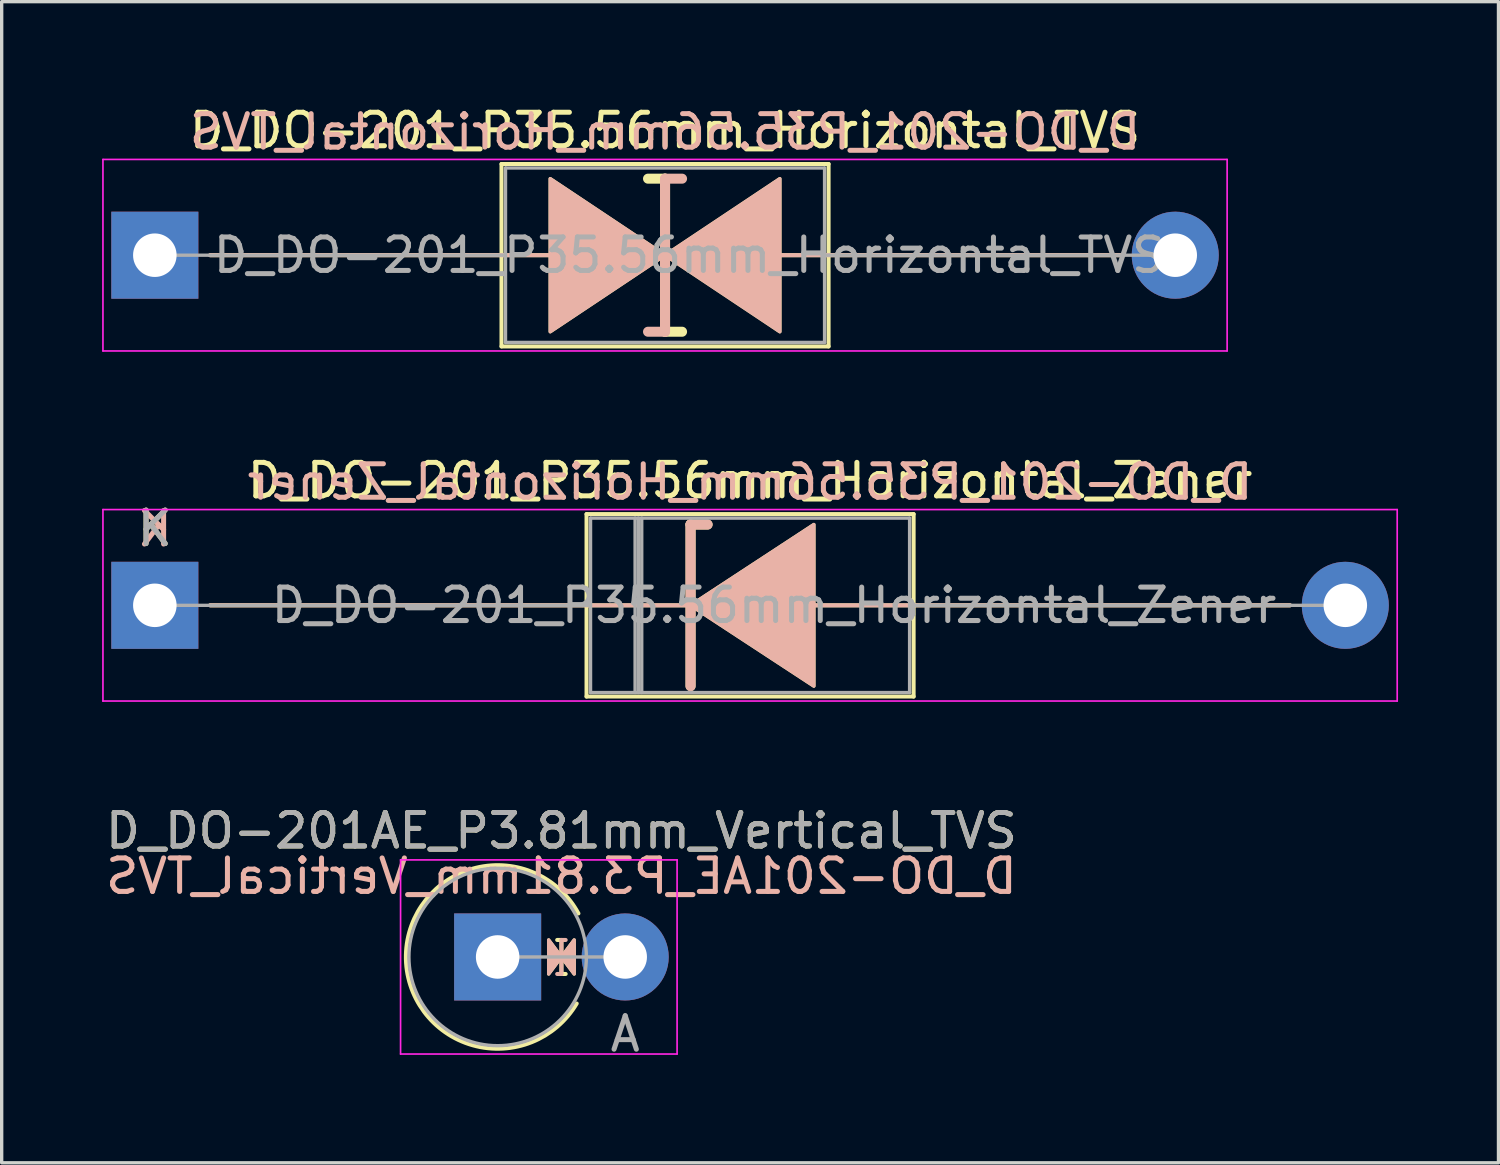
<source format=kicad_pcb>
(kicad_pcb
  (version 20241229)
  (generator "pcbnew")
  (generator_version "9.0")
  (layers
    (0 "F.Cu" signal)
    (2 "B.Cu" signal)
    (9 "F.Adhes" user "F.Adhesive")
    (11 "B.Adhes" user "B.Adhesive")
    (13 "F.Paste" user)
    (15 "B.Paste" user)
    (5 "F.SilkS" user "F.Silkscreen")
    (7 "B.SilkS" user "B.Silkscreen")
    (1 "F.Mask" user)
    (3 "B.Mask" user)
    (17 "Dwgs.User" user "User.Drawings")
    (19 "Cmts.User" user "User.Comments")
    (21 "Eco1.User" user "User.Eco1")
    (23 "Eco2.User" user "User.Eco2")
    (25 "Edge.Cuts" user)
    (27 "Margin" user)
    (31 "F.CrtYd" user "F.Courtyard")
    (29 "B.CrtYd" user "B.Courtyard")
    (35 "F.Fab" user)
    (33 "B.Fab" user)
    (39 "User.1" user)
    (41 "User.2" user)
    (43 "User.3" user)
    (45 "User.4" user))
  (footprint "D_DO-201AE_P3.81mm_Vertical_TVS"
    (layer "F.Cu")
    (at 11.815 25.535)
    (property "Reference" "D_DO-201AE_P3.81mm_Vertical_TVS" (at 1.905 -3.77 0) (layer "F.SilkS") (effects (font (size 1 1) (thickness 0.15))))
    (fp_line (start 1.778 -0.508) (end 1.905 -0.508) (stroke (width 0.12) (type solid)) (layer "F.SilkS"))
    (fp_line (start 1.905 -0.508) (end 1.905 0.508) (stroke (width 0.12) (type solid)) (layer "F.SilkS"))
    (fp_line (start 1.905 0.508) (end 2.032 0.508) (stroke (width 0.12) (type solid)) (layer "F.SilkS"))
    (fp_arc (start 2.361782 1.391144) (mid -2.74054 -0.052312) (end 2.413151 -1.3) (stroke (width 0.12) (type solid)) (layer "F.SilkS"))
    (fp_poly (pts (xy 1.524 -0.508) (xy 1.905 0) (xy 1.524 0.508)) (stroke (width 0.1) (type solid)) (fill yes) (layer "F.SilkS"))
    (fp_poly (pts (xy 2.286 0.508) (xy 1.905 0) (xy 2.286 -0.508)) (stroke (width 0.1) (type solid)) (fill yes) (layer "F.SilkS"))
    (fp_line (start 1.778 0.508) (end 1.905 0.508) (stroke (width 0.12) (type solid)) (layer "B.SilkS"))
    (fp_line (start 1.905 -0.508) (end 2.032 -0.508) (stroke (width 0.12) (type solid)) (layer "B.SilkS"))
    (fp_line (start 1.905 0.508) (end 1.905 -0.508) (stroke (width 0.12) (type solid)) (layer "B.SilkS"))
    (fp_poly (pts (xy 1.524 0.508) (xy 1.905 0) (xy 1.524 -0.508)) (stroke (width 0.1) (type solid)) (fill yes) (layer "B.SilkS"))
    (fp_poly (pts (xy 2.286 -0.508) (xy 1.905 0) (xy 2.286 0.508)) (stroke (width 0.1) (type solid)) (fill yes) (layer "B.SilkS"))
    (fp_line (start -2.9 -2.9) (end -2.9 2.9) (stroke (width 0.05) (type solid)) (layer "F.CrtYd"))
    (fp_line (start -2.9 2.9) (end 5.36 2.9) (stroke (width 0.05) (type solid)) (layer "F.CrtYd"))
    (fp_line (start 5.36 -2.9) (end -2.9 -2.9) (stroke (width 0.05) (type solid)) (layer "F.CrtYd"))
    (fp_line (start 5.36 2.9) (end 5.36 -2.9) (stroke (width 0.05) (type solid)) (layer "F.CrtYd"))
    (fp_line (start 0 0) (end 3.81 0) (stroke (width 0.1) (type solid)) (layer "F.Fab"))
    (fp_circle (center 0 0) (end 2.65 0) (stroke (width 0.1) (type solid)) (fill no) (layer "F.Fab"))
    (fp_text user "${REFERENCE}" (at 1.905 -2.413 0) (layer "B.SilkS") (effects (font (size 1 1) (thickness 0.15)) (justify mirror)))
    (fp_text user "A" (at 3.81 2.3 0) (layer "F.Fab") (effects (font (size 1 1) (thickness 0.15))))
    (fp_text user "${REFERENCE}" (at 1.905 -3.77 0) (layer "F.Fab") (effects (font (size 1 1) (thickness 0.15))))
    (pad "1" thru_hole rect (at 0 0) (size 2.6 2.6) (drill 1.3) (layers "*.Cu" "*.Mask"))
    (pad "2" thru_hole oval (at 3.81 0) (size 2.6 2.6) (drill 1.3) (layers "*.Cu" "*.Mask")))
  (footprint "D_DO-201_P35.56mm_Horizontal_TVS"
    (layer "F.Cu")
    (at 1.575 4.573)
    (property "Reference" "D_DO-201_P35.56mm_Horizontal_TVS" (at 15.24 -3.725 0) (layer "F.SilkS") (effects (font (size 1 1) (thickness 0.15))))
    (fp_line (start 1.651 0) (end 10.355 0) (stroke (width 0.12) (type solid)) (layer "F.SilkS"))
    (fp_line (start 10.355 -2.725) (end 10.355 2.725) (stroke (width 0.12) (type solid)) (layer "F.SilkS"))
    (fp_line (start 10.355 0) (end 11.811 0) (stroke (width 0.12) (type solid)) (layer "F.SilkS"))
    (fp_line (start 10.355 2.725) (end 20.125 2.725) (stroke (width 0.12) (type solid)) (layer "F.SilkS"))
    (fp_line (start 15.24 -2.286) (end 14.732 -2.286) (stroke (width 0.3) (type solid)) (layer "F.SilkS"))
    (fp_line (start 15.24 2.286) (end 15.24 -2.286) (stroke (width 0.3) (type solid)) (layer "F.SilkS"))
    (fp_line (start 15.748 2.286) (end 15.24 2.286) (stroke (width 0.3) (type solid)) (layer "F.SilkS"))
    (fp_line (start 18.669 0) (end 20.125 0) (stroke (width 0.12) (type solid)) (layer "F.SilkS"))
    (fp_line (start 20.125 -2.725) (end 10.355 -2.725) (stroke (width 0.12) (type solid)) (layer "F.SilkS"))
    (fp_line (start 20.125 2.725) (end 20.125 -2.725) (stroke (width 0.12) (type solid)) (layer "F.SilkS"))
    (fp_line (start 28.829 0) (end 20.125 0) (stroke (width 0.12) (type solid)) (layer "F.SilkS"))
    (fp_poly (pts (xy 15.24 0) (xy 11.811 2.286) (xy 11.811 -2.286)) (stroke (width 0.1) (type solid)) (fill yes) (layer "F.SilkS"))
    (fp_poly (pts (xy 15.24 0) (xy 18.669 -2.286) (xy 18.669 2.286)) (stroke (width 0.1) (type solid)) (fill yes) (layer "F.SilkS"))
    (fp_line (start 1.651 0) (end 10.355 0) (stroke (width 0.12) (type solid)) (layer "B.SilkS"))
    (fp_line (start 10.355 0) (end 11.811 0) (stroke (width 0.12) (type solid)) (layer "B.SilkS"))
    (fp_line (start 15.24 -2.286) (end 15.24 2.286) (stroke (width 0.3) (type solid)) (layer "B.SilkS"))
    (fp_line (start 15.24 2.286) (end 14.732 2.286) (stroke (width 0.3) (type solid)) (layer "B.SilkS"))
    (fp_line (start 15.748 -2.286) (end 15.24 -2.286) (stroke (width 0.3) (type solid)) (layer "B.SilkS"))
    (fp_line (start 18.669 0) (end 20.125 0) (stroke (width 0.12) (type solid)) (layer "B.SilkS"))
    (fp_line (start 28.829 0) (end 20.125 0) (stroke (width 0.12) (type solid)) (layer "B.SilkS"))
    (fp_poly (pts (xy 15.24 0) (xy 11.811 -2.286) (xy 11.811 2.286)) (stroke (width 0.1) (type solid)) (fill yes) (layer "B.SilkS"))
    (fp_poly (pts (xy 15.24 0) (xy 18.669 2.286) (xy 18.669 -2.286)) (stroke (width 0.1) (type solid)) (fill yes) (layer "B.SilkS"))
    (fp_line (start -1.55 -2.86) (end -1.55 2.86) (stroke (width 0.05) (type solid)) (layer "F.CrtYd"))
    (fp_line (start -1.55 2.86) (end 32.03 2.86) (stroke (width 0.05) (type solid)) (layer "F.CrtYd"))
    (fp_line (start 32.03 -2.86) (end -1.55 -2.86) (stroke (width 0.05) (type solid)) (layer "F.CrtYd"))
    (fp_line (start 32.03 2.86) (end 32.03 -2.86) (stroke (width 0.05) (type solid)) (layer "F.CrtYd"))
    (fp_line (start 0 0) (end 10.475 0) (stroke (width 0.1) (type solid)) (layer "F.Fab"))
    (fp_line (start 10.475 -2.605) (end 10.475 2.605) (stroke (width 0.1) (type solid)) (layer "F.Fab"))
    (fp_line (start 10.475 2.605) (end 20.005 2.605) (stroke (width 0.1) (type solid)) (layer "F.Fab"))
    (fp_line (start 20.005 -2.605) (end 10.475 -2.605) (stroke (width 0.1) (type solid)) (layer "F.Fab"))
    (fp_line (start 20.005 2.605) (end 20.005 -2.605) (stroke (width 0.1) (type solid)) (layer "F.Fab"))
    (fp_line (start 30.48 0) (end 20.005 0) (stroke (width 0.1) (type solid)) (layer "F.Fab"))
    (fp_text user "${REFERENCE}" (at 15.24 -3.683 0) (layer "B.SilkS") (effects (font (size 1 1) (thickness 0.15)) (justify mirror)))
    (fp_text user "${REFERENCE}" (at 15.955 0 0) (layer "F.Fab") (effects (font (size 1 1) (thickness 0.15))))
    (pad "1" thru_hole rect (at 0 0) (size 2.6 2.6) (drill 1.3) (layers "*.Cu" "*.Mask"))
    (pad "2" thru_hole oval (at 30.48 0) (size 2.6 2.6) (drill 1.3) (layers "*.Cu" "*.Mask")))
  (footprint "D_DO-201_P35.56mm_Horizontal_Zener"
    (layer "F.Cu")
    (at 1.575 15.031)
    (property "Reference" "D_DO-201_P35.56mm_Horizontal_Zener" (at 17.78 -3.725 0) (layer "F.SilkS") (effects (font (size 1 1) (thickness 0.15))))
    (fp_line (start 1.651 0) (end 12.895 0) (stroke (width 0.12) (type solid)) (layer "F.SilkS"))
    (fp_line (start 12.895 -2.725) (end 12.895 2.725) (stroke (width 0.12) (type solid)) (layer "F.SilkS"))
    (fp_line (start 12.895 2.725) (end 22.665 2.725) (stroke (width 0.12) (type solid)) (layer "F.SilkS"))
    (fp_line (start 16.002 -2.413) (end 16.002 2.413) (stroke (width 0.3) (type solid)) (layer "F.SilkS"))
    (fp_line (start 16.002 -2.413) (end 16.51 -2.413) (stroke (width 0.3) (type solid)) (layer "F.SilkS"))
    (fp_line (start 16.002 0) (end 12.895 0) (stroke (width 0.12) (type solid)) (layer "F.SilkS"))
    (fp_line (start 19.685 0) (end 22.665 0) (stroke (width 0.12) (type solid)) (layer "F.SilkS"))
    (fp_line (start 22.665 -2.725) (end 12.895 -2.725) (stroke (width 0.12) (type solid)) (layer "F.SilkS"))
    (fp_line (start 22.665 2.725) (end 22.665 -2.725) (stroke (width 0.12) (type solid)) (layer "F.SilkS"))
    (fp_line (start 33.909 0) (end 22.665 0) (stroke (width 0.12) (type solid)) (layer "F.SilkS"))
    (fp_poly (pts (xy 19.685 2.413) (xy 16.002 0) (xy 19.685 -2.413)) (stroke (width 0.1) (type solid)) (fill yes) (layer "F.SilkS"))
    (fp_line (start 1.651 0) (end 12.895 0) (stroke (width 0.12) (type solid)) (layer "B.SilkS"))
    (fp_line (start 16.002 -2.413) (end 16.51 -2.413) (stroke (width 0.3) (type solid)) (layer "B.SilkS"))
    (fp_line (start 16.002 0) (end 12.895 0) (stroke (width 0.12) (type solid)) (layer "B.SilkS"))
    (fp_line (start 16.002 2.413) (end 16.002 -2.413) (stroke (width 0.3) (type solid)) (layer "B.SilkS"))
    (fp_line (start 19.685 0) (end 22.665 0) (stroke (width 0.12) (type solid)) (layer "B.SilkS"))
    (fp_line (start 33.909 0) (end 22.665 0) (stroke (width 0.12) (type solid)) (layer "B.SilkS"))
    (fp_poly (pts (xy 19.685 -2.413) (xy 16.002 0) (xy 19.685 2.413)) (stroke (width 0.1) (type solid)) (fill yes) (layer "B.SilkS"))
    (fp_line (start -1.55 -2.86) (end -1.55 2.86) (stroke (width 0.05) (type solid)) (layer "F.CrtYd"))
    (fp_line (start -1.55 2.86) (end 37.11 2.86) (stroke (width 0.05) (type solid)) (layer "F.CrtYd"))
    (fp_line (start 37.11 -2.86) (end -1.55 -2.86) (stroke (width 0.05) (type solid)) (layer "F.CrtYd"))
    (fp_line (start 37.11 2.86) (end 37.11 -2.86) (stroke (width 0.05) (type solid)) (layer "F.CrtYd"))
    (fp_line (start 0 0) (end 13.015 0) (stroke (width 0.1) (type solid)) (layer "F.Fab"))
    (fp_line (start 13.015 -2.605) (end 13.015 2.605) (stroke (width 0.1) (type solid)) (layer "F.Fab"))
    (fp_line (start 13.015 2.605) (end 22.545 2.605) (stroke (width 0.1) (type solid)) (layer "F.Fab"))
    (fp_line (start 14.345 -2.605) (end 14.345 2.605) (stroke (width 0.1) (type solid)) (layer "F.Fab"))
    (fp_line (start 14.444 -2.605) (end 14.444 2.605) (stroke (width 0.1) (type solid)) (layer "F.Fab"))
    (fp_line (start 14.544 -2.605) (end 14.544 2.605) (stroke (width 0.1) (type solid)) (layer "F.Fab"))
    (fp_line (start 22.545 -2.605) (end 13.015 -2.605) (stroke (width 0.1) (type solid)) (layer "F.Fab"))
    (fp_line (start 22.545 2.605) (end 22.545 -2.605) (stroke (width 0.1) (type solid)) (layer "F.Fab"))
    (fp_line (start 35.56 0) (end 22.545 0) (stroke (width 0.1) (type solid)) (layer "F.Fab"))
    (fp_text user "K" (at 0 -2.3 0) (layer "F.SilkS") (effects (font (size 1 1) (thickness 0.15))))
    (fp_text user "${REFERENCE}" (at 17.78 -3.683 0) (layer "B.SilkS") (effects (font (size 1 1) (thickness 0.15)) (justify mirror)))
    (fp_text user "K" (at 0 -2.286 0) (layer "B.SilkS") (effects (font (size 1 1) (thickness 0.15)) (justify mirror)))
    (fp_text user "${REFERENCE}" (at 18.495 0 0) (layer "F.Fab") (effects (font (size 1 1) (thickness 0.15))))
    (fp_text user "K" (at 0 -2.3 0) (layer "F.Fab") (effects (font (size 1 1) (thickness 0.15))))
    (pad "1" thru_hole rect (at 0 0) (size 2.6 2.6) (drill 1.3) (layers "*.Cu" "*.Mask"))
    (pad "2" thru_hole oval (at 35.56 0) (size 2.6 2.6) (drill 1.3) (layers "*.Cu" "*.Mask")))
  (gr_rect
    (start -3 -3)
    (end 41.71 31.683)
    (stroke (width 0.1) (type default))
    (fill no)
    (layer "Edge.Cuts")))
</source>
